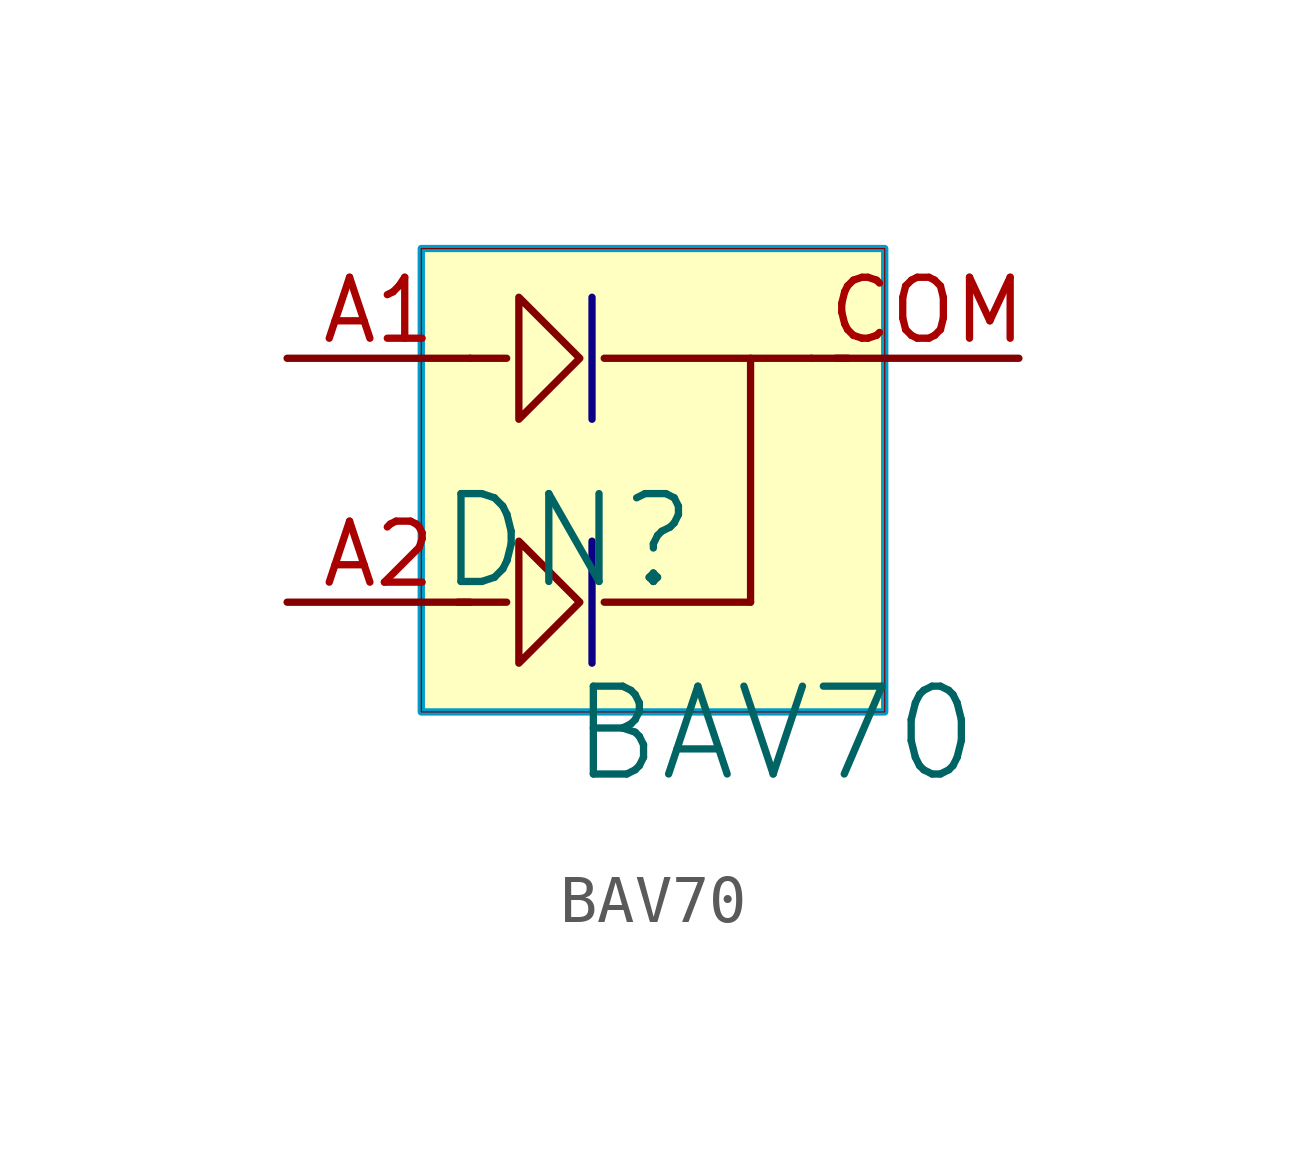
<source format=kicad_sym>
(kicad_symbol_lib
  (version 20241209)
  (generator "kicad_symbol_editor")
  (generator_version "9.0")
  (symbol "BAV70"
    (pin_names
      (hide yes))
    (property "Reference" "DN"
      (at -1.27 1.27 0)
      (effects (font (size 1.829 1.829))))
    (property "Value" "BAV70"
      (at -1.27 -3.81 0)
      (effects (font (size 1.829 1.829)) (justify left bottom)))
    (symbol "BAV70_1_0"
      (polyline (pts (xy -4.318 7.366) (xy -4.318 -2.286) (xy 5.334 -2.286) (xy 5.334 7.366) (xy -4.318 7.366)) (stroke (width 0) (type solid) (color 0 156 202 1)) (fill (type none)))
      (polyline (pts (xy -3.556 0) (xy -2.54 0)) (stroke (width 0) (type solid)) (fill (type none)))
      (polyline (pts (xy -3.302 5.08) (xy -2.54 5.08)) (stroke (width 0) (type solid)) (fill (type none)))
      (polyline (pts (xy -2.286 6.35) (xy -1.016 5.08) (xy -2.286 3.81) (xy -2.286 6.35)) (stroke (width 0) (type solid)) (fill (type color) (color 66 28 139 1)))
      (polyline (pts (xy -2.286 1.27) (xy -1.016 0) (xy -2.286 -1.27) (xy -2.286 1.27)) (stroke (width 0) (type solid)) (fill (type color) (color 66 28 139 1)))
      (polyline (pts (xy -0.762 3.81) (xy -0.762 6.35)) (stroke (width 0) (type solid) (color 12 0 135 1)) (fill (type none)))
      (polyline (pts (xy -0.762 -1.27) (xy -0.762 1.27)) (stroke (width 0) (type solid) (color 12 0 135 1)) (fill (type none)))
      (polyline (pts (xy 2.54 5.08) (xy 3.81 5.08)) (stroke (width 0) (type solid)) (fill (type none)))
      (polyline (pts (xy 2.54 0) (xy -0.508 0)) (stroke (width 0) (type solid)) (fill (type none)))
      (polyline (pts (xy 2.54 0) (xy 2.54 5.08) (xy -0.508 5.08)) (stroke (width 0) (type solid)) (fill (type none)))
      (polyline (pts (xy 4.572 5.08) (xy 3.81 5.08)) (stroke (width 0) (type solid)) (fill (type none)))
      (rectangle (start 5.334 7.366) (end -4.318 -2.286) (stroke (width 0.025) (type solid) (color 128 0 0 1)) (fill (type background)))
      (pin passive line (at -7.112 5.08 0) (length 3.81) (name "A1" (effects (font (size 1.27 1.27)))) (number "A1" (effects (font (size 1.27 1.27)))))
      (pin passive line (at -7.112 0 0) (length 3.81) (name "A2" (effects (font (size 1.27 1.27)))) (number "A2" (effects (font (size 1.27 1.27)))))
      (pin passive line (at 8.128 5.08 180) (length 3.81) (name "COM" (effects (font (size 1.27 1.27)))) (number "COM" (effects (font (size 1.27 1.27))))))))
</source>
